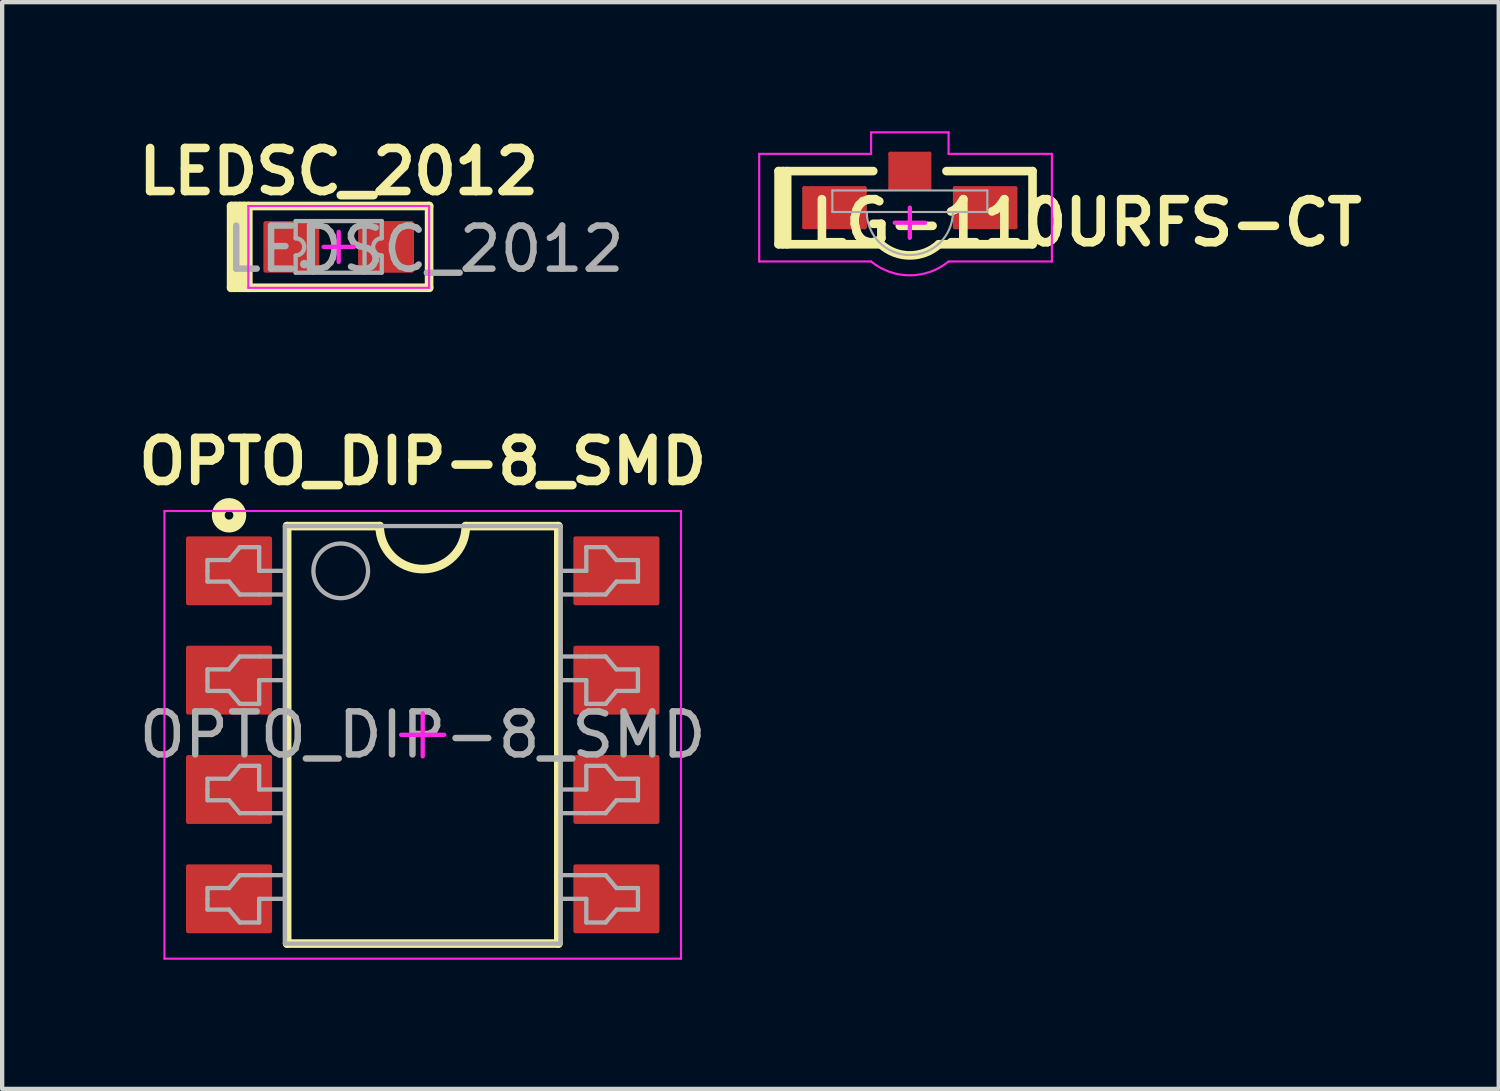
<source format=kicad_pcb>
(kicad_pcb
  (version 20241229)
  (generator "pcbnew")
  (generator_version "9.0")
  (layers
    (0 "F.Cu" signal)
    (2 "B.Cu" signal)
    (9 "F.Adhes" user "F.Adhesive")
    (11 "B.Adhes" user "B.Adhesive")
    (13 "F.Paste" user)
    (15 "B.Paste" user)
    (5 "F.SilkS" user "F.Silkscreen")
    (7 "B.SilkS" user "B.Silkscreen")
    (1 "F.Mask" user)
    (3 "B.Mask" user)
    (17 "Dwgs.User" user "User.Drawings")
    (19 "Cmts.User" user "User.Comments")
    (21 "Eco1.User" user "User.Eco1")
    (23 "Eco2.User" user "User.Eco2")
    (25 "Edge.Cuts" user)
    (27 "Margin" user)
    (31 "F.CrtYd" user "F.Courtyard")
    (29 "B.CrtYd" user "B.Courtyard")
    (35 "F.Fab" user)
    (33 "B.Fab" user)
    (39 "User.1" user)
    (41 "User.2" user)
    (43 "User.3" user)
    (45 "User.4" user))
  (footprint "OPTO_DIP-8_SMD"
    (layer "F.Cu")
    (at 6.771 14.022)
    (property "Reference" "OPTO_DIP-8_SMD" (at 0 -6.35 0) (layer "F.SilkS") (effects (font (size 1 1) (thickness 0.2))))
    (attr through_hole)
    (fp_line (start -3.15 -4.85) (end -1 -4.85) (stroke (width 0.2) (type solid)) (layer "F.SilkS"))
    (fp_line (start -3.15 4.85) (end -3.15 -4.85) (stroke (width 0.2) (type solid)) (layer "F.SilkS"))
    (fp_line (start 1 -4.85) (end 3.15 -4.85) (stroke (width 0.2) (type solid)) (layer "F.SilkS"))
    (fp_line (start 3.15 -4.85) (end 3.15 4.85) (stroke (width 0.2) (type solid)) (layer "F.SilkS"))
    (fp_line (start 3.15 4.85) (end -3.15 4.85) (stroke (width 0.2) (type solid)) (layer "F.SilkS"))
    (fp_arc (start 1 -4.85) (mid 0 -3.85) (end -1 -4.85) (stroke (width 0.2) (type solid)) (layer "F.SilkS"))
    (fp_circle (center -4.5 -5.1) (end -4.4 -5.1) (stroke (width 0.3) (type solid)) (fill no) (layer "F.SilkS"))
    (fp_line (start -6 -5.2) (end 6 -5.2) (stroke (width 0.05) (type solid)) (layer "F.CrtYd"))
    (fp_line (start -6 5.2) (end -6 -5.2) (stroke (width 0.05) (type solid)) (layer "F.CrtYd"))
    (fp_line (start -0.5 0) (end 0.5 0) (stroke (width 0.1) (type solid)) (layer "F.CrtYd"))
    (fp_line (start 0 0.5) (end 0 -0.5) (stroke (width 0.1) (type solid)) (layer "F.CrtYd"))
    (fp_line (start 6 -5.2) (end 6 5.2) (stroke (width 0.05) (type solid)) (layer "F.CrtYd"))
    (fp_line (start 6 5.2) (end -6 5.2) (stroke (width 0.05) (type solid)) (layer "F.CrtYd"))
    (fp_line (start -5 -4.06) (end -4.5 -4.06) (stroke (width 0.1) (type solid)) (layer "F.Fab"))
    (fp_line (start -5 -3.81) (end -5 -4.06) (stroke (width 0.1) (type solid)) (layer "F.Fab"))
    (fp_line (start -5 -3.81) (end -5 -3.56) (stroke (width 0.1) (type solid)) (layer "F.Fab"))
    (fp_line (start -5 -3.56) (end -4.5 -3.56) (stroke (width 0.1) (type solid)) (layer "F.Fab"))
    (fp_line (start -5 -1.52) (end -4.5 -1.52) (stroke (width 0.1) (type solid)) (layer "F.Fab"))
    (fp_line (start -5 -1.27) (end -5 -1.52) (stroke (width 0.1) (type solid)) (layer "F.Fab"))
    (fp_line (start -5 -1.27) (end -5 -1.02) (stroke (width 0.1) (type solid)) (layer "F.Fab"))
    (fp_line (start -5 -1.02) (end -4.5 -1.02) (stroke (width 0.1) (type solid)) (layer "F.Fab"))
    (fp_line (start -5 1.02) (end -4.5 1.02) (stroke (width 0.1) (type solid)) (layer "F.Fab"))
    (fp_line (start -5 1.27) (end -5 1.02) (stroke (width 0.1) (type solid)) (layer "F.Fab"))
    (fp_line (start -5 1.27) (end -5 1.52) (stroke (width 0.1) (type solid)) (layer "F.Fab"))
    (fp_line (start -5 1.52) (end -4.5 1.52) (stroke (width 0.1) (type solid)) (layer "F.Fab"))
    (fp_line (start -5 3.56) (end -4.5 3.56) (stroke (width 0.1) (type solid)) (layer "F.Fab"))
    (fp_line (start -5 3.81) (end -5 3.56) (stroke (width 0.1) (type solid)) (layer "F.Fab"))
    (fp_line (start -5 3.81) (end -5 4.06) (stroke (width 0.1) (type solid)) (layer "F.Fab"))
    (fp_line (start -5 4.06) (end -4.5 4.06) (stroke (width 0.1) (type solid)) (layer "F.Fab"))
    (fp_line (start -4.5 -4.06) (end -4.25 -4.36) (stroke (width 0.1) (type solid)) (layer "F.Fab"))
    (fp_line (start -4.5 -3.56) (end -4.25 -3.26) (stroke (width 0.1) (type solid)) (layer "F.Fab"))
    (fp_line (start -4.5 -1.52) (end -4.25 -1.82) (stroke (width 0.1) (type solid)) (layer "F.Fab"))
    (fp_line (start -4.5 -1.02) (end -4.25 -0.72) (stroke (width 0.1) (type solid)) (layer "F.Fab"))
    (fp_line (start -4.5 1.02) (end -4.25 0.72) (stroke (width 0.1) (type solid)) (layer "F.Fab"))
    (fp_line (start -4.5 1.52) (end -4.25 1.82) (stroke (width 0.1) (type solid)) (layer "F.Fab"))
    (fp_line (start -4.5 3.56) (end -4.25 3.26) (stroke (width 0.1) (type solid)) (layer "F.Fab"))
    (fp_line (start -4.5 4.06) (end -4.25 4.36) (stroke (width 0.1) (type solid)) (layer "F.Fab"))
    (fp_line (start -4.25 -4.36) (end -3.8 -4.36) (stroke (width 0.1) (type solid)) (layer "F.Fab"))
    (fp_line (start -4.25 -3.26) (end -3.8 -3.26) (stroke (width 0.1) (type solid)) (layer "F.Fab"))
    (fp_line (start -4.25 -1.82) (end -3.8 -1.82) (stroke (width 0.1) (type solid)) (layer "F.Fab"))
    (fp_line (start -4.25 -0.72) (end -3.8 -0.72) (stroke (width 0.1) (type solid)) (layer "F.Fab"))
    (fp_line (start -4.25 0.72) (end -3.8 0.72) (stroke (width 0.1) (type solid)) (layer "F.Fab"))
    (fp_line (start -4.25 1.82) (end -3.8 1.82) (stroke (width 0.1) (type solid)) (layer "F.Fab"))
    (fp_line (start -4.25 3.26) (end -3.8 3.26) (stroke (width 0.1) (type solid)) (layer "F.Fab"))
    (fp_line (start -4.25 4.36) (end -3.8 4.36) (stroke (width 0.1) (type solid)) (layer "F.Fab"))
    (fp_line (start -3.8 -3.81) (end -3.8 -4.36) (stroke (width 0.1) (type solid)) (layer "F.Fab"))
    (fp_line (start -3.8 -0.72) (end -3.8 -1.27) (stroke (width 0.1) (type solid)) (layer "F.Fab"))
    (fp_line (start -3.8 1.27) (end -3.8 0.72) (stroke (width 0.1) (type solid)) (layer "F.Fab"))
    (fp_line (start -3.8 4.36) (end -3.8 3.81) (stroke (width 0.1) (type solid)) (layer "F.Fab"))
    (fp_line (start -3.2 -4.85) (end -3.2 4.85) (stroke (width 0.1) (type solid)) (layer "F.Fab"))
    (fp_line (start -3.2 -3.81) (end -3.8 -3.81) (stroke (width 0.1) (type solid)) (layer "F.Fab"))
    (fp_line (start -3.2 -3.26) (end -3.8 -3.26) (stroke (width 0.1) (type solid)) (layer "F.Fab"))
    (fp_line (start -3.2 -1.82) (end -3.8 -1.82) (stroke (width 0.1) (type solid)) (layer "F.Fab"))
    (fp_line (start -3.2 -1.27) (end -3.8 -1.27) (stroke (width 0.1) (type solid)) (layer "F.Fab"))
    (fp_line (start -3.2 1.27) (end -3.8 1.27) (stroke (width 0.1) (type solid)) (layer "F.Fab"))
    (fp_line (start -3.2 1.82) (end -3.8 1.82) (stroke (width 0.1) (type solid)) (layer "F.Fab"))
    (fp_line (start -3.2 3.26) (end -3.8 3.26) (stroke (width 0.1) (type solid)) (layer "F.Fab"))
    (fp_line (start -3.2 3.81) (end -3.8 3.81) (stroke (width 0.1) (type solid)) (layer "F.Fab"))
    (fp_line (start 3.2 -4.85) (end -3.2 -4.85) (stroke (width 0.1) (type solid)) (layer "F.Fab"))
    (fp_line (start 3.2 -4.85) (end 3.2 4.85) (stroke (width 0.1) (type solid)) (layer "F.Fab"))
    (fp_line (start 3.2 -3.81) (end 3.8 -3.81) (stroke (width 0.1) (type solid)) (layer "F.Fab"))
    (fp_line (start 3.2 -3.26) (end 3.8 -3.26) (stroke (width 0.1) (type solid)) (layer "F.Fab"))
    (fp_line (start 3.2 -1.82) (end 3.8 -1.82) (stroke (width 0.1) (type solid)) (layer "F.Fab"))
    (fp_line (start 3.2 -1.27) (end 3.8 -1.27) (stroke (width 0.1) (type solid)) (layer "F.Fab"))
    (fp_line (start 3.2 1.27) (end 3.8 1.27) (stroke (width 0.1) (type solid)) (layer "F.Fab"))
    (fp_line (start 3.2 1.82) (end 3.8 1.82) (stroke (width 0.1) (type solid)) (layer "F.Fab"))
    (fp_line (start 3.2 3.26) (end 3.8 3.26) (stroke (width 0.1) (type solid)) (layer "F.Fab"))
    (fp_line (start 3.2 3.81) (end 3.8 3.81) (stroke (width 0.1) (type solid)) (layer "F.Fab"))
    (fp_line (start 3.2 4.85) (end -3.2 4.85) (stroke (width 0.1) (type solid)) (layer "F.Fab"))
    (fp_line (start 3.8 -4.36) (end 3.8 -3.81) (stroke (width 0.1) (type solid)) (layer "F.Fab"))
    (fp_line (start 3.8 -1.27) (end 3.8 -0.72) (stroke (width 0.1) (type solid)) (layer "F.Fab"))
    (fp_line (start 3.8 0.72) (end 3.8 1.27) (stroke (width 0.1) (type solid)) (layer "F.Fab"))
    (fp_line (start 3.8 3.81) (end 3.8 4.36) (stroke (width 0.1) (type solid)) (layer "F.Fab"))
    (fp_line (start 4.25 -4.36) (end 3.8 -4.36) (stroke (width 0.1) (type solid)) (layer "F.Fab"))
    (fp_line (start 4.25 -3.26) (end 3.8 -3.26) (stroke (width 0.1) (type solid)) (layer "F.Fab"))
    (fp_line (start 4.25 -1.82) (end 3.8 -1.82) (stroke (width 0.1) (type solid)) (layer "F.Fab"))
    (fp_line (start 4.25 -0.72) (end 3.8 -0.72) (stroke (width 0.1) (type solid)) (layer "F.Fab"))
    (fp_line (start 4.25 0.72) (end 3.8 0.72) (stroke (width 0.1) (type solid)) (layer "F.Fab"))
    (fp_line (start 4.25 1.82) (end 3.8 1.82) (stroke (width 0.1) (type solid)) (layer "F.Fab"))
    (fp_line (start 4.25 3.26) (end 3.8 3.26) (stroke (width 0.1) (type solid)) (layer "F.Fab"))
    (fp_line (start 4.25 4.36) (end 3.8 4.36) (stroke (width 0.1) (type solid)) (layer "F.Fab"))
    (fp_line (start 4.5 -4.06) (end 4.25 -4.36) (stroke (width 0.1) (type solid)) (layer "F.Fab"))
    (fp_line (start 4.5 -3.56) (end 4.25 -3.26) (stroke (width 0.1) (type solid)) (layer "F.Fab"))
    (fp_line (start 4.5 -1.52) (end 4.25 -1.82) (stroke (width 0.1) (type solid)) (layer "F.Fab"))
    (fp_line (start 4.5 -1.02) (end 4.25 -0.72) (stroke (width 0.1) (type solid)) (layer "F.Fab"))
    (fp_line (start 4.5 1.02) (end 4.25 0.72) (stroke (width 0.1) (type solid)) (layer "F.Fab"))
    (fp_line (start 4.5 1.52) (end 4.25 1.82) (stroke (width 0.1) (type solid)) (layer "F.Fab"))
    (fp_line (start 4.5 3.56) (end 4.25 3.26) (stroke (width 0.1) (type solid)) (layer "F.Fab"))
    (fp_line (start 4.5 4.06) (end 4.25 4.36) (stroke (width 0.1) (type solid)) (layer "F.Fab"))
    (fp_line (start 5 -4.06) (end 4.5 -4.06) (stroke (width 0.1) (type solid)) (layer "F.Fab"))
    (fp_line (start 5 -3.81) (end 5 -4.06) (stroke (width 0.1) (type solid)) (layer "F.Fab"))
    (fp_line (start 5 -3.81) (end 5 -3.56) (stroke (width 0.1) (type solid)) (layer "F.Fab"))
    (fp_line (start 5 -3.56) (end 4.5 -3.56) (stroke (width 0.1) (type solid)) (layer "F.Fab"))
    (fp_line (start 5 -1.52) (end 4.5 -1.52) (stroke (width 0.1) (type solid)) (layer "F.Fab"))
    (fp_line (start 5 -1.27) (end 5 -1.52) (stroke (width 0.1) (type solid)) (layer "F.Fab"))
    (fp_line (start 5 -1.27) (end 5 -1.02) (stroke (width 0.1) (type solid)) (layer "F.Fab"))
    (fp_line (start 5 -1.02) (end 4.5 -1.02) (stroke (width 0.1) (type solid)) (layer "F.Fab"))
    (fp_line (start 5 1.02) (end 4.5 1.02) (stroke (width 0.1) (type solid)) (layer "F.Fab"))
    (fp_line (start 5 1.27) (end 5 1.02) (stroke (width 0.1) (type solid)) (layer "F.Fab"))
    (fp_line (start 5 1.27) (end 5 1.52) (stroke (width 0.1) (type solid)) (layer "F.Fab"))
    (fp_line (start 5 1.52) (end 4.5 1.52) (stroke (width 0.1) (type solid)) (layer "F.Fab"))
    (fp_line (start 5 3.56) (end 4.5 3.56) (stroke (width 0.1) (type solid)) (layer "F.Fab"))
    (fp_line (start 5 3.81) (end 5 3.56) (stroke (width 0.1) (type solid)) (layer "F.Fab"))
    (fp_line (start 5 3.81) (end 5 4.06) (stroke (width 0.1) (type solid)) (layer "F.Fab"))
    (fp_line (start 5 4.06) (end 4.5 4.06) (stroke (width 0.1) (type solid)) (layer "F.Fab"))
    (fp_circle (center -1.905 -3.81) (end -1.27 -3.81) (stroke (width 0.1) (type solid)) (fill no) (layer "F.Fab"))
    (fp_text user "${REFERENCE}" (at 0 0 0) (layer "F.Fab") (effects (font (size 1 1) (thickness 0.15))))
    (pad "1" smd roundrect (at -4.5 -3.81) (size 2 1.6) (layers "F.Cu" "F.Mask" "F.Paste") (roundrect_rratio 0.031))
    (pad "2" smd roundrect (at -4.5 -1.27) (size 2 1.6) (layers "F.Cu" "F.Mask" "F.Paste") (roundrect_rratio 0.031))
    (pad "3" smd roundrect (at -4.5 1.27) (size 2 1.6) (layers "F.Cu" "F.Mask" "F.Paste") (roundrect_rratio 0.031))
    (pad "4" smd roundrect (at -4.5 3.81) (size 2 1.6) (layers "F.Cu" "F.Mask" "F.Paste") (roundrect_rratio 0.031))
    (pad "5" smd roundrect (at 4.5 3.81) (size 2 1.6) (layers "F.Cu" "F.Mask" "F.Paste") (roundrect_rratio 0.031))
    (pad "6" smd roundrect (at 4.5 1.27) (size 2 1.6) (layers "F.Cu" "F.Mask" "F.Paste") (roundrect_rratio 0.031))
    (pad "7" smd roundrect (at 4.5 -1.27) (size 2 1.6) (layers "F.Cu" "F.Mask" "F.Paste") (roundrect_rratio 0.031))
    (pad "8" smd roundrect (at 4.5 -3.81) (size 2 1.6) (layers "F.Cu" "F.Mask" "F.Paste") (roundrect_rratio 0.031)))
  (footprint "LG-110URFS-CT"
    (layer "F.Cu")
    (at 18.088 2.125)
    (property "Reference" "LG-110URFS-CT" (at 4.1 0 0) (layer "F.SilkS") (effects (font (size 1 1) (thickness 0.2))))
    (attr through_hole)
    (fp_line (start -2.45 -0.8) (end -2.45 0.1) (stroke (width 0.1) (type solid)) (layer "F.Cu"))
    (fp_line (start -2.45 0.1) (end -1.05 0.1) (stroke (width 0.1) (type solid)) (layer "F.Cu"))
    (fp_line (start -1.05 -0.8) (end -2.45 -0.8) (stroke (width 0.1) (type solid)) (layer "F.Cu"))
    (fp_line (start -1.05 -0.8) (end -1.05 0.1) (stroke (width 0.1) (type solid)) (layer "F.Cu"))
    (fp_line (start -0.45 -0.8) (end -0.45 -1.6) (stroke (width 0.1) (type solid)) (layer "F.Cu"))
    (fp_line (start -0.45 -0.8) (end 0.45 -0.8) (stroke (width 0.1) (type solid)) (layer "F.Cu"))
    (fp_line (start 0.45 -1.6) (end -0.45 -1.6) (stroke (width 0.1) (type solid)) (layer "F.Cu"))
    (fp_line (start 0.45 -1.6) (end 0.45 -0.8) (stroke (width 0.1) (type solid)) (layer "F.Cu"))
    (fp_line (start 1.05 -0.8) (end 1.05 0.1) (stroke (width 0.1) (type solid)) (layer "F.Cu"))
    (fp_line (start 1.05 0.1) (end 2.45 0.1) (stroke (width 0.1) (type solid)) (layer "F.Cu"))
    (fp_line (start 2.45 -0.8) (end 1.05 -0.8) (stroke (width 0.1) (type solid)) (layer "F.Cu"))
    (fp_line (start 2.45 -0.8) (end 2.45 0.1) (stroke (width 0.1) (type solid)) (layer "F.Cu"))
    (fp_line (start -2.45 -0.8) (end -1.05 -0.8) (stroke (width 0.3) (type solid)) (layer "F.Mask"))
    (fp_line (start -2.45 0.1) (end -2.45 -0.8) (stroke (width 0.3) (type solid)) (layer "F.Mask"))
    (fp_line (start -1.05 -0.8) (end -1.05 0.1) (stroke (width 0.3) (type solid)) (layer "F.Mask"))
    (fp_line (start -1.05 0.1) (end -2.45 0.1) (stroke (width 0.3) (type solid)) (layer "F.Mask"))
    (fp_line (start -0.45 -1.6) (end -0.45 -0.8) (stroke (width 0.3) (type solid)) (layer "F.Mask"))
    (fp_line (start -0.45 -1.6) (end 0.45 -1.6) (stroke (width 0.3) (type solid)) (layer "F.Mask"))
    (fp_line (start 0.45 -0.8) (end -0.45 -0.8) (stroke (width 0.3) (type solid)) (layer "F.Mask"))
    (fp_line (start 0.45 -0.8) (end 0.45 -1.6) (stroke (width 0.3) (type solid)) (layer "F.Mask"))
    (fp_line (start 1.05 -0.8) (end 2.45 -0.8) (stroke (width 0.3) (type solid)) (layer "F.Mask"))
    (fp_line (start 1.05 0.1) (end 1.05 -0.8) (stroke (width 0.3) (type solid)) (layer "F.Mask"))
    (fp_line (start 2.45 -0.8) (end 2.45 0.1) (stroke (width 0.3) (type solid)) (layer "F.Mask"))
    (fp_line (start 2.45 0.1) (end 1.05 0.1) (stroke (width 0.3) (type solid)) (layer "F.Mask"))
    (fp_line (start -3.05 -1.2) (end -0.85 -1.2) (stroke (width 0.2) (type solid)) (layer "F.SilkS"))
    (fp_line (start -3.05 0.5) (end -3.05 -1.2) (stroke (width 0.2) (type solid)) (layer "F.SilkS"))
    (fp_line (start -2.95 0.5) (end -2.95 -1.2) (stroke (width 0.2) (type solid)) (layer "F.SilkS"))
    (fp_line (start -2.85 0.5) (end -2.85 -1.2) (stroke (width 0.2) (type solid)) (layer "F.SilkS"))
    (fp_line (start -0.675 0.5) (end -3.05 0.5) (stroke (width 0.2) (type solid)) (layer "F.SilkS"))
    (fp_line (start 0.85 -1.2) (end 2.85 -1.2) (stroke (width 0.2) (type solid)) (layer "F.SilkS"))
    (fp_line (start 2.85 -1.2) (end 2.85 0.5) (stroke (width 0.2) (type solid)) (layer "F.SilkS"))
    (fp_line (start 2.85 0.5) (end 0.675 0.5) (stroke (width 0.2) (type solid)) (layer "F.SilkS"))
    (fp_arc (start 0.675 0.5) (mid 0.000963 0.759021) (end -0.673567 0.501287) (stroke (width 0.2) (type solid)) (layer "F.SilkS"))
    (fp_line (start -2.45 -0.8) (end -1.05 -0.8) (stroke (width 0.05) (type solid)) (layer "F.Paste"))
    (fp_line (start -2.45 0.1) (end -2.45 -0.8) (stroke (width 0.05) (type solid)) (layer "F.Paste"))
    (fp_line (start -1.05 -0.8) (end -1.05 0.1) (stroke (width 0.05) (type solid)) (layer "F.Paste"))
    (fp_line (start -1.05 0.1) (end -2.45 0.1) (stroke (width 0.05) (type solid)) (layer "F.Paste"))
    (fp_line (start -0.45 -1.6) (end -0.45 -0.8) (stroke (width 0.05) (type solid)) (layer "F.Paste"))
    (fp_line (start -0.45 -1.6) (end 0.45 -1.6) (stroke (width 0.05) (type solid)) (layer "F.Paste"))
    (fp_line (start 0.45 -0.8) (end -0.45 -0.8) (stroke (width 0.05) (type solid)) (layer "F.Paste"))
    (fp_line (start 0.45 -0.8) (end 0.45 -1.6) (stroke (width 0.05) (type solid)) (layer "F.Paste"))
    (fp_line (start 1.05 -0.8) (end 2.45 -0.8) (stroke (width 0.05) (type solid)) (layer "F.Paste"))
    (fp_line (start 1.05 0.1) (end 1.05 -0.8) (stroke (width 0.05) (type solid)) (layer "F.Paste"))
    (fp_line (start 2.45 -0.8) (end 2.45 0.1) (stroke (width 0.05) (type solid)) (layer "F.Paste"))
    (fp_line (start 2.45 0.1) (end 1.05 0.1) (stroke (width 0.05) (type solid)) (layer "F.Paste"))
    (fp_line (start -3.5 -1.6) (end -3.5 0.9) (stroke (width 0.05) (type solid)) (layer "F.CrtYd"))
    (fp_line (start -3.5 0.9) (end -0.9 0.9) (stroke (width 0.05) (type solid)) (layer "F.CrtYd"))
    (fp_line (start -0.9 -2.1) (end -0.9 -1.6) (stroke (width 0.05) (type solid)) (layer "F.CrtYd"))
    (fp_line (start -0.9 -1.6) (end -3.5 -1.6) (stroke (width 0.05) (type solid)) (layer "F.CrtYd"))
    (fp_line (start -0.35 0) (end 0.35 0) (stroke (width 0.1) (type solid)) (layer "F.CrtYd"))
    (fp_line (start 0 -0.35) (end 0 0.35) (stroke (width 0.1) (type solid)) (layer "F.CrtYd"))
    (fp_line (start 0.9 -2.1) (end -0.9 -2.1) (stroke (width 0.05) (type solid)) (layer "F.CrtYd"))
    (fp_line (start 0.9 -1.6) (end 0.9 -2.1) (stroke (width 0.05) (type solid)) (layer "F.CrtYd"))
    (fp_line (start 0.9 0.9) (end 3.3 0.9) (stroke (width 0.05) (type solid)) (layer "F.CrtYd"))
    (fp_line (start 3.3 -1.6) (end 0.9 -1.6) (stroke (width 0.05) (type solid)) (layer "F.CrtYd"))
    (fp_line (start 3.3 0.9) (end 3.3 -1.6) (stroke (width 0.05) (type solid)) (layer "F.CrtYd"))
    (fp_arc (start 0.9 0.9) (mid 0 1.221267) (end -0.9 0.9) (stroke (width 0.05) (type solid)) (layer "F.CrtYd"))
    (fp_line (start -1.8 -0.75) (end -1.8 -0.25) (stroke (width 0.05) (type solid)) (layer "F.Fab"))
    (fp_line (start -1.8 -0.25) (end 1.8 -0.25) (stroke (width 0.05) (type solid)) (layer "F.Fab"))
    (fp_line (start 1.8 -0.75) (end -1.8 -0.75) (stroke (width 0.05) (type solid)) (layer "F.Fab"))
    (fp_line (start 1.8 -0.25) (end 1.8 -0.75) (stroke (width 0.05) (type solid)) (layer "F.Fab"))
    (fp_arc (start 1 -0.25) (mid 0 0.75) (end -1 -0.25) (stroke (width 0.05) (type solid)) (layer "F.Fab"))
    (pad "" smd rect (at 0 -1.2) (size 0.9 0.8) (layers "F.Cu" "F.Mask" "F.Paste"))
    (pad "1" smd rect (at -1.75 -0.35) (size 1.4 0.9) (layers "F.Cu" "F.Mask" "F.Paste"))
    (pad "2" smd rect (at 1.75 -0.35) (size 1.4 0.9) (layers "F.Cu" "F.Mask" "F.Paste")))
  (footprint "LEDSC_2012"
    (layer "F.Cu")
    (at 4.819 2.686)
    (property "Reference" "LEDSC_2012" (at 0 -1.75 0) (layer "F.SilkS") (effects (font (size 1 1) (thickness 0.2))))
    (attr through_hole)
    (fp_line (start -2.5 -0.95) (end 2.1 -0.95) (stroke (width 0.2) (type solid)) (layer "F.SilkS"))
    (fp_line (start -2.5 0.95) (end -2.5 -0.95) (stroke (width 0.2) (type solid)) (layer "F.SilkS"))
    (fp_line (start -2.5 0.95) (end 2.1 0.95) (stroke (width 0.2) (type solid)) (layer "F.SilkS"))
    (fp_line (start -2.4 0.95) (end -2.4 -0.95) (stroke (width 0.2) (type solid)) (layer "F.SilkS"))
    (fp_line (start -2.3 0.95) (end -2.3 -0.95) (stroke (width 0.2) (type solid)) (layer "F.SilkS"))
    (fp_line (start -2.2 0.95) (end -2.2 -0.95) (stroke (width 0.2) (type solid)) (layer "F.SilkS"))
    (fp_line (start -2.1 0.95) (end -2.1 -0.95) (stroke (width 0.2) (type solid)) (layer "F.SilkS"))
    (fp_line (start 2.1 -0.95) (end 2.1 0.95) (stroke (width 0.2) (type solid)) (layer "F.SilkS"))
    (fp_line (start -2.1 -0.95) (end 2.1 -0.95) (stroke (width 0.05) (type solid)) (layer "F.CrtYd"))
    (fp_line (start -2.1 0.95) (end -2.1 -0.95) (stroke (width 0.05) (type solid)) (layer "F.CrtYd"))
    (fp_line (start -0.35 0) (end 0.35 0) (stroke (width 0.1) (type solid)) (layer "F.CrtYd"))
    (fp_line (start 0 -0.35) (end 0 0.35) (stroke (width 0.1) (type solid)) (layer "F.CrtYd"))
    (fp_line (start 2.1 -0.95) (end 2.1 0.95) (stroke (width 0.05) (type solid)) (layer "F.CrtYd"))
    (fp_line (start 2.1 0.95) (end -2.1 0.95) (stroke (width 0.05) (type solid)) (layer "F.CrtYd"))
    (fp_line (start -1 -0.2) (end -1 -0.6) (stroke (width 0.1) (type solid)) (layer "F.Fab"))
    (fp_line (start -1 0.2) (end -1 0.6) (stroke (width 0.1) (type solid)) (layer "F.Fab"))
    (fp_line (start -1 0.6) (end 1 0.6) (stroke (width 0.1) (type solid)) (layer "F.Fab"))
    (fp_line (start -0.6 0.6) (end -0.6 -0.6) (stroke (width 0.1) (type solid)) (layer "F.Fab"))
    (fp_line (start 0.6 0.6) (end 0.6 -0.6) (stroke (width 0.1) (type solid)) (layer "F.Fab"))
    (fp_line (start 1 -0.6) (end -1 -0.6) (stroke (width 0.1) (type solid)) (layer "F.Fab"))
    (fp_line (start 1 -0.2) (end 1 -0.6) (stroke (width 0.1) (type solid)) (layer "F.Fab"))
    (fp_line (start 1 0.2) (end 1 0.6) (stroke (width 0.1) (type solid)) (layer "F.Fab"))
    (fp_arc (start -1 -0.2) (mid -0.8 0) (end -1 0.2) (stroke (width 0.1) (type solid)) (layer "F.Fab"))
    (fp_arc (start 1 0.2) (mid 0.8 0) (end 1 -0.2) (stroke (width 0.1) (type solid)) (layer "F.Fab"))
    (fp_circle (center -0.8 0.4) (end -0.75 0.4) (stroke (width 0.1) (type solid)) (fill no) (layer "F.Fab"))
    (fp_text user "${REFERENCE}" (at 2 0.05 0) (layer "F.Fab") (effects (font (size 1 1) (thickness 0.15))))
    (pad "A" smd roundrect (at 1.1 0) (size 1.3 1.2) (layers "F.Cu" "F.Mask" "F.Paste") (roundrect_rratio 0.042))
    (pad "K" smd roundrect (at -1.1 0) (size 1.3 1.2) (layers "F.Cu" "F.Mask" "F.Paste") (roundrect_rratio 0.042)))
  (gr_rect
    (start -3 -3)
    (end 31.769 22.247)
    (stroke (width 0.1) (type default))
    (fill no)
    (layer "Edge.Cuts")))
</source>
